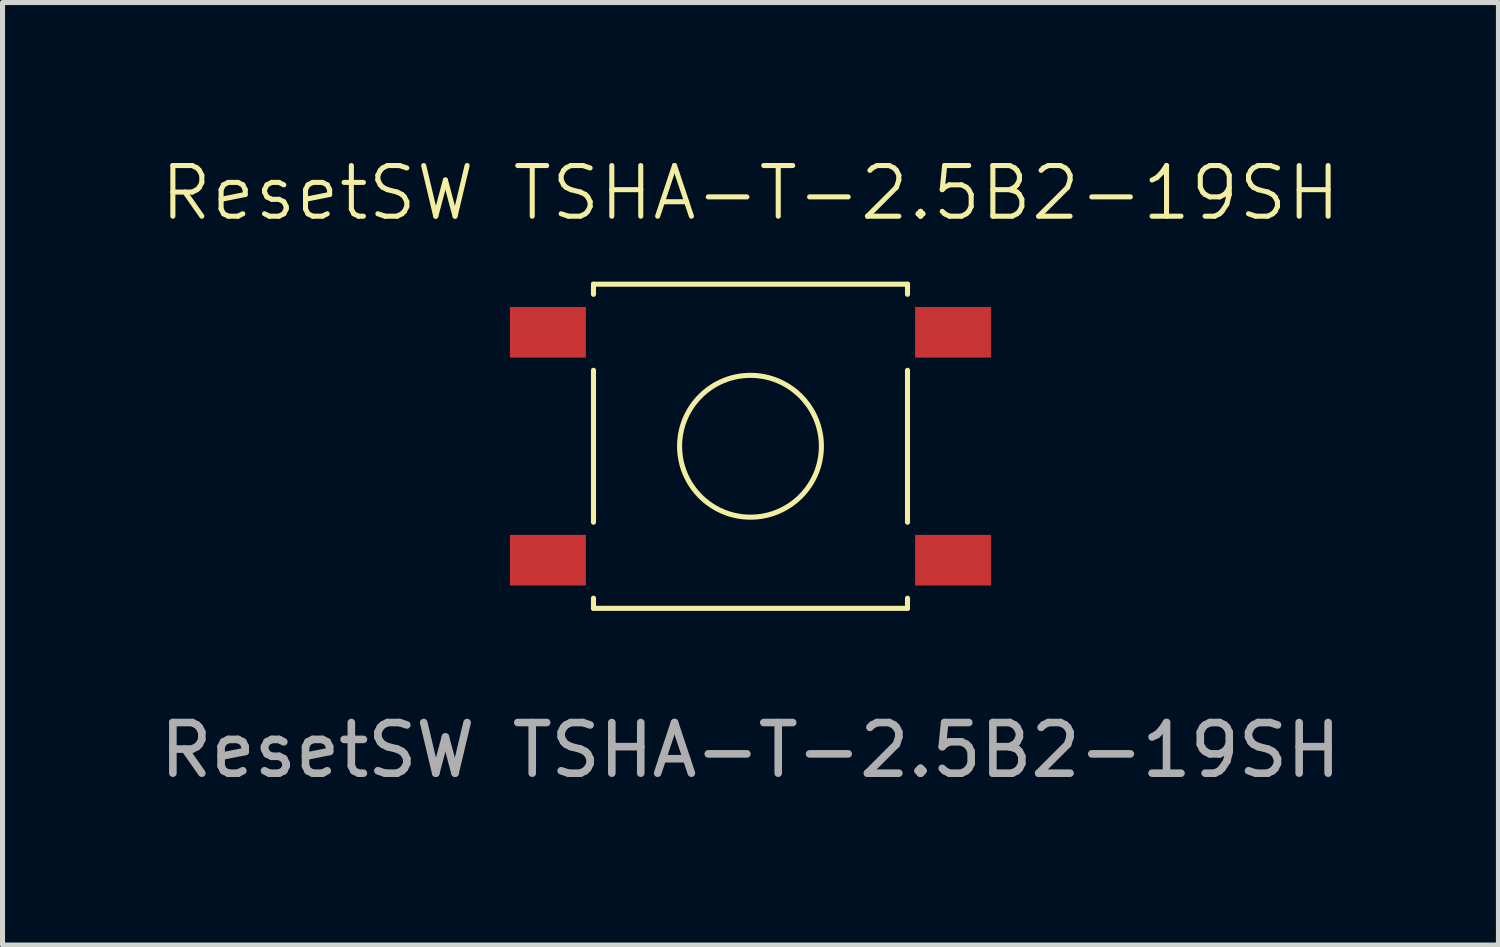
<source format=kicad_pcb>
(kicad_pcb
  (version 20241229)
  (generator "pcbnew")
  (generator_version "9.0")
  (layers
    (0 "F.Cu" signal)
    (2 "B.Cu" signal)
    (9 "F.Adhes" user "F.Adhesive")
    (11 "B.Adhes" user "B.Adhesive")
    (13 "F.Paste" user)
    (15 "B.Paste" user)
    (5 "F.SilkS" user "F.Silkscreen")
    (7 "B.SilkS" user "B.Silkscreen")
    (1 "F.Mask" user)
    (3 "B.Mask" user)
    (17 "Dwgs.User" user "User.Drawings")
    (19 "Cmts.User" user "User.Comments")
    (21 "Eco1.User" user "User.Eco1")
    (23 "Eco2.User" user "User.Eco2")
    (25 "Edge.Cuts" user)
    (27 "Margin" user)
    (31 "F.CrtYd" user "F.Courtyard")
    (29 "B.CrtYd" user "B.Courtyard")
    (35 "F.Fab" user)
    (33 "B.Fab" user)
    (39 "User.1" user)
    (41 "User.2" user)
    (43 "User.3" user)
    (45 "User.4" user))
  (footprint "ResetSW TSHA-T-2.5B2-19SH"
    (layer "F.Cu")
    (at 11.768 5.761)
    (property "Reference" "ResetSW TSHA-T-2.5B2-19SH" (at 0 -5 0) (unlocked yes) (layer "F.SilkS") (effects (font (size 1 1) (thickness 0.1))))
    (attr smd)
    (fp_line (start -3.1 -3.2) (end 3.1 -3.2) (stroke (width 0.1) (type solid)) (layer "F.SilkS"))
    (fp_line (start -3.1 -3) (end -3.1 -3.2) (stroke (width 0.1) (type solid)) (layer "F.SilkS"))
    (fp_line (start -3.1 1.5) (end -3.1 -1.5) (stroke (width 0.1) (type solid)) (layer "F.SilkS"))
    (fp_line (start -3.1 3.2) (end -3.1 3) (stroke (width 0.1) (type solid)) (layer "F.SilkS"))
    (fp_line (start -3.1 3.2) (end 3.1 3.2) (stroke (width 0.1) (type solid)) (layer "F.SilkS"))
    (fp_line (start 3.1 -3) (end 3.1 -3.2) (stroke (width 0.1) (type solid)) (layer "F.SilkS"))
    (fp_line (start 3.1 1.5) (end 3.1 -1.5) (stroke (width 0.1) (type solid)) (layer "F.SilkS"))
    (fp_line (start 3.1 3.2) (end 3.1 3) (stroke (width 0.1) (type solid)) (layer "F.SilkS"))
    (fp_circle (center 0 0) (end 1.4 0) (stroke (width 0.1) (type solid)) (fill no) (layer "F.SilkS"))
    (fp_text user "${REFERENCE}" (at 0 6 0) (unlocked yes) (layer "F.Fab") (effects (font (size 1 1) (thickness 0.15))))
    (pad "1" smd rect (at -4 -2.25) (size 1.5 1) (layers "F.Cu" "F.Mask" "F.Paste"))
    (pad "1" smd rect (at 4 -2.25) (size 1.5 1) (layers "F.Cu" "F.Mask" "F.Paste"))
    (pad "2" smd rect (at -4 2.25) (size 1.5 1) (layers "F.Cu" "F.Mask" "F.Paste"))
    (pad "2" smd rect (at 4 2.25) (size 1.5 1) (layers "F.Cu" "F.Mask" "F.Paste")))
  (gr_rect
    (start -3 -3)
    (end 26.536 15.609)
    (stroke (width 0.1) (type default))
    (fill no)
    (layer "Edge.Cuts")))
</source>
